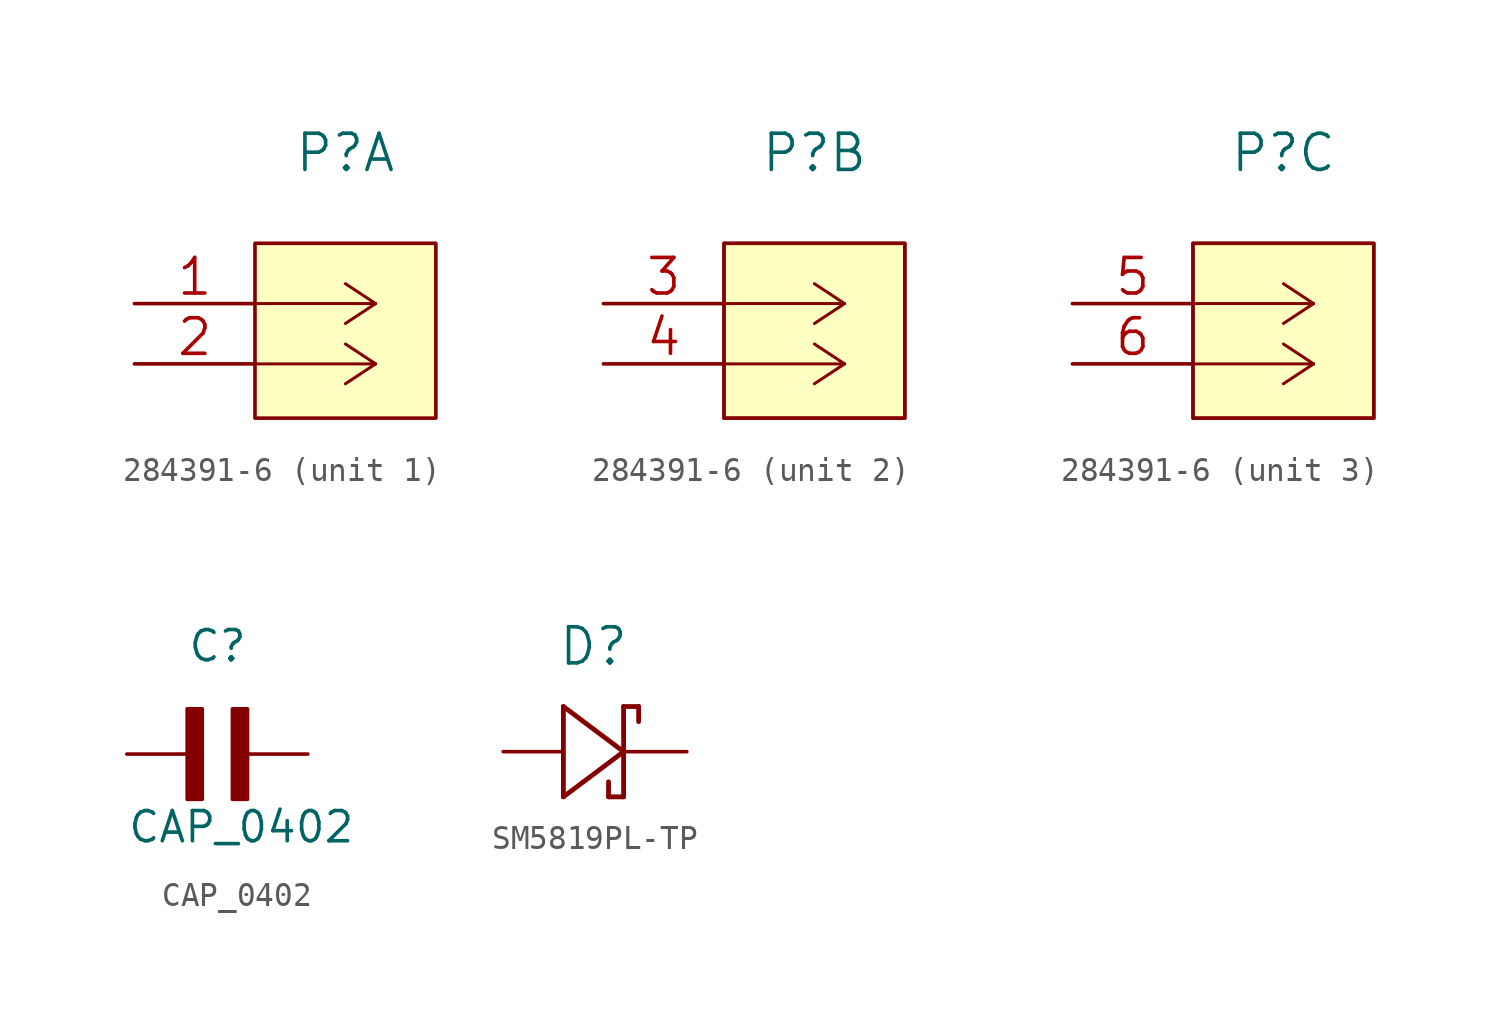
<source format=kicad_sym>
(kicad_symbol_lib
  (version 20220914)
  (generator kicad_symbol_editor)
  (symbol "284391-6"
    (pin_names
      (offset 0.254) hide)
    (property "Reference" "P"
      (at 8.89 6.35 0)
      (effects (font (size 1.524 1.524))))
    (symbol "284391-6_0_1"
      (rectangle (start 5.08 2.54) (end 12.7 -4.826) (stroke (width 0.152) (type default)) (fill (type background))))
    (symbol "284391-6_1_1"
      (polyline (pts (xy 10.16 -2.54) (xy 5.08 -2.54)) (stroke (width 0.127) (type default)) (fill (type none)))
      (polyline (pts (xy 10.16 -2.54) (xy 8.89 -3.378)) (stroke (width 0.127) (type default)) (fill (type none)))
      (polyline (pts (xy 10.16 -2.54) (xy 8.89 -1.702)) (stroke (width 0.127) (type default)) (fill (type none)))
      (polyline (pts (xy 10.16 0) (xy 5.08 0)) (stroke (width 0.127) (type default)) (fill (type none)))
      (polyline (pts (xy 10.16 0) (xy 8.89 -0.838)) (stroke (width 0.127) (type default)) (fill (type none)))
      (polyline (pts (xy 10.16 0) (xy 8.89 0.838)) (stroke (width 0.127) (type default)) (fill (type none)))
      (pin passive line (at 0 0 0) (length 5.08) (name "5" (effects (font (size 1.499 1.499)))) (number "1" (effects (font (size 1.499 1.499)))))
      (pin passive line (at 0 -2.54 0) (length 5.08) (name "6" (effects (font (size 1.499 1.499)))) (number "2" (effects (font (size 1.499 1.499))))))
    (symbol "284391-6_2_1"
      (polyline (pts (xy 5.08 2.54) (xy 5.08 -4.826)) (stroke (width 0.127) (type default)) (fill (type none)))
      (polyline (pts (xy 10.16 -2.54) (xy 5.08 -2.54)) (stroke (width 0.127) (type default)) (fill (type none)))
      (polyline (pts (xy 10.16 -2.54) (xy 8.89 -3.378)) (stroke (width 0.127) (type default)) (fill (type none)))
      (polyline (pts (xy 10.16 -2.54) (xy 8.89 -1.702)) (stroke (width 0.127) (type default)) (fill (type none)))
      (polyline (pts (xy 10.16 0) (xy 5.08 0)) (stroke (width 0.127) (type default)) (fill (type none)))
      (polyline (pts (xy 10.16 0) (xy 8.89 -0.838)) (stroke (width 0.127) (type default)) (fill (type none)))
      (polyline (pts (xy 10.16 0) (xy 8.89 0.838)) (stroke (width 0.127) (type default)) (fill (type none)))
      (polyline (pts (xy 12.7 -4.826) (xy 12.7 2.54)) (stroke (width 0.127) (type default)) (fill (type none)))
      (polyline (pts (xy 12.7 2.54) (xy 5.08 2.54)) (stroke (width 0.127) (type default)) (fill (type none)))
      (polyline (pts (xy 5.08 -4.826) (xy 8.382 -4.826) (xy 12.7 -4.826)) (stroke (width 0.127) (type default)) (fill (type none)))
      (pin passive line (at 0 0 0) (length 5.08) (name "5" (effects (font (size 1.499 1.499)))) (number "3" (effects (font (size 1.499 1.499)))))
      (pin passive line (at 0 -2.54 0) (length 5.08) (name "6" (effects (font (size 1.499 1.499)))) (number "4" (effects (font (size 1.499 1.499))))))
    (symbol "284391-6_3_1"
      (polyline (pts (xy 5.08 2.54) (xy 5.08 -4.826)) (stroke (width 0.127) (type default)) (fill (type none)))
      (polyline (pts (xy 10.16 -2.54) (xy 5.08 -2.54)) (stroke (width 0.127) (type default)) (fill (type none)))
      (polyline (pts (xy 10.16 -2.54) (xy 8.89 -3.378)) (stroke (width 0.127) (type default)) (fill (type none)))
      (polyline (pts (xy 10.16 -2.54) (xy 8.89 -1.702)) (stroke (width 0.127) (type default)) (fill (type none)))
      (polyline (pts (xy 10.16 0) (xy 5.08 0)) (stroke (width 0.127) (type default)) (fill (type none)))
      (polyline (pts (xy 10.16 0) (xy 8.89 -0.838)) (stroke (width 0.127) (type default)) (fill (type none)))
      (polyline (pts (xy 10.16 0) (xy 8.89 0.838)) (stroke (width 0.127) (type default)) (fill (type none)))
      (polyline (pts (xy 12.7 -4.826) (xy 12.7 2.54)) (stroke (width 0.127) (type default)) (fill (type none)))
      (polyline (pts (xy 12.7 2.54) (xy 5.08 2.54)) (stroke (width 0.127) (type default)) (fill (type none)))
      (polyline (pts (xy 5.08 -4.826) (xy 8.382 -4.826) (xy 12.7 -4.826)) (stroke (width 0.127) (type default)) (fill (type none)))
      (pin passive line (at 0 0 0) (length 5.08) (name "5" (effects (font (size 1.499 1.499)))) (number "5" (effects (font (size 1.499 1.499)))))
      (pin passive line (at 0 -2.54 0) (length 5.08) (name "6" (effects (font (size 1.499 1.499)))) (number "6" (effects (font (size 1.499 1.499)))))))
  (symbol "CAP_0402"
    (pin_numbers hide)
    (pin_names
      (offset 1.016) hide)
    (property "Reference" "C"
      (at -1.27 3.81 0)
      (effects (font (size 1.27 1.27)) (justify left bottom)))
    (property "Value" "CAP_0402"
      (at -3.81 -3.81 0)
      (effects (font (size 1.27 1.27)) (justify left bottom)))
    (symbol "CAP_0402_0_0"
      (rectangle (start -1.27 -1.905) (end -0.635 1.905) (stroke (width 0) (type default)) (fill (type outline)))
      (rectangle (start 0.635 -1.905) (end 1.27 1.905) (stroke (width 0) (type default)) (fill (type outline)))
      (pin passive line (at 3.81 0 180) (length 2.54) (name "~" (effects (font (size 1.016 1.016)))) (number "1" (effects (font (size 1.016 1.016)))))
      (pin passive line (at -3.81 0 0) (length 2.54) (name "~" (effects (font (size 1.016 1.016)))) (number "2" (effects (font (size 1.016 1.016)))))))
  (symbol "SM5819PL-TP"
    (pin_numbers hide)
    (pin_names hide)
    (property "Reference" "D"
      (at 0 4.445 0)
      (effects (font (size 1.524 1.524))))
    (symbol "SM5819PL-TP_1_1"
      (polyline (pts (xy -1.27 -1.905) (xy 1.27 0)) (stroke (width 0.203) (type default)) (fill (type none)))
      (polyline (pts (xy -1.27 1.905) (xy -1.27 -1.905)) (stroke (width 0.203) (type default)) (fill (type none)))
      (polyline (pts (xy 0.635 -1.905) (xy 0.635 -1.27)) (stroke (width 0.203) (type default)) (fill (type none)))
      (polyline (pts (xy 1.27 -1.905) (xy 0.635 -1.905)) (stroke (width 0.203) (type default)) (fill (type none)))
      (polyline (pts (xy 1.27 -1.905) (xy 1.27 1.905)) (stroke (width 0.203) (type default)) (fill (type none)))
      (polyline (pts (xy 1.27 0) (xy -1.27 1.905)) (stroke (width 0.203) (type default)) (fill (type none)))
      (polyline (pts (xy 1.27 1.905) (xy 1.905 1.905)) (stroke (width 0.203) (type default)) (fill (type none)))
      (polyline (pts (xy 1.905 1.905) (xy 1.905 1.27)) (stroke (width 0.203) (type default)) (fill (type none)))
      (pin passive line (at 3.937 0 180) (length 2.54) (name "~" (effects (font (size 1.499 1.499)))) (number "1" (effects (font (size 1.499 1.499)))))
      (pin passive line (at -3.81 0 0) (length 2.54) (name "~" (effects (font (size 1.499 1.499)))) (number "2" (effects (font (size 1.499 1.499))))))))
</source>
